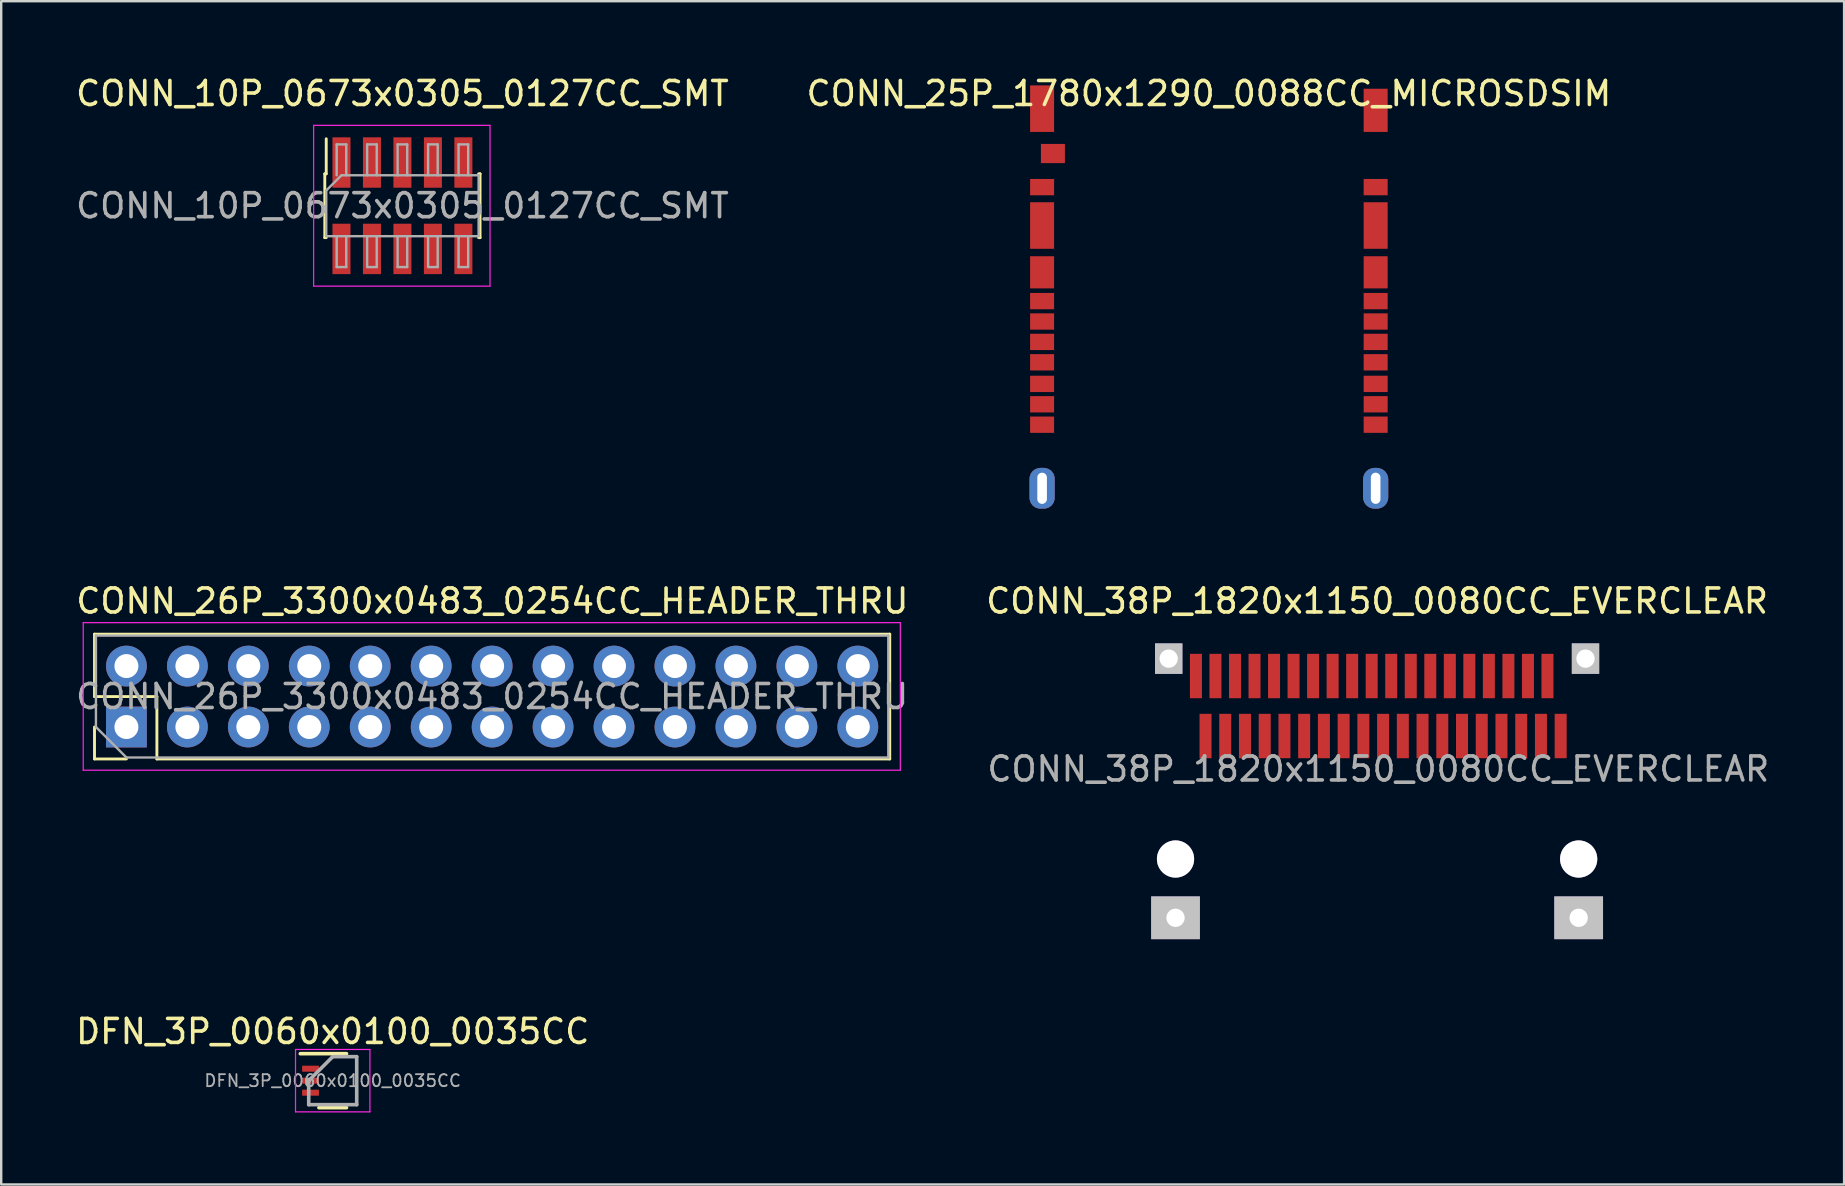
<source format=kicad_pcb>
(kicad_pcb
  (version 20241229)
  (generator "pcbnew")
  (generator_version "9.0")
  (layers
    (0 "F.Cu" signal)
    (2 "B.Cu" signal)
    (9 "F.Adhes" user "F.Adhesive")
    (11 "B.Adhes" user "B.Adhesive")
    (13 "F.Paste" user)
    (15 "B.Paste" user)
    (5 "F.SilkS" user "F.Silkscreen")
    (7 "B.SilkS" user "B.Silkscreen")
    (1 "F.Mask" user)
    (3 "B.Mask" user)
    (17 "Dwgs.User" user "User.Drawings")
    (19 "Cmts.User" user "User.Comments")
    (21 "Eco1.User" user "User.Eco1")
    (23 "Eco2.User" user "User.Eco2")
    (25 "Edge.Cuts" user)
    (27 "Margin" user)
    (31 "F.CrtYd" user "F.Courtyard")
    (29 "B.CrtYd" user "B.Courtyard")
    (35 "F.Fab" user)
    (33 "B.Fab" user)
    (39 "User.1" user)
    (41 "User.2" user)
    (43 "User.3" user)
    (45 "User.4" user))
  (footprint "DFN_3P_0060x0100_0035CC"
    (layer "F.Cu")
    (at 10.815 41.985)
    (property "Reference" "DFN_3P_0060x0100_0035CC" (at 0 -2.05 0) (layer "F.SilkS") (effects (font (size 1 1) (thickness 0.15))))
    (attr smd)
    (fp_line (start -1.35 -1.125) (end 0.575 -1.125) (stroke (width 0.15) (type solid)) (layer "F.SilkS"))
    (fp_line (start -0.575 1.125) (end 0.575 1.125) (stroke (width 0.15) (type solid)) (layer "F.SilkS"))
    (fp_line (start -1.55 -1.3) (end -1.55 1.3) (stroke (width 0.05) (type solid)) (layer "F.CrtYd"))
    (fp_line (start -1.55 -1.3) (end 1.55 -1.3) (stroke (width 0.05) (type solid)) (layer "F.CrtYd"))
    (fp_line (start -1.55 1.3) (end 1.55 1.3) (stroke (width 0.05) (type solid)) (layer "F.CrtYd"))
    (fp_line (start 1.55 -1.3) (end 1.55 1.3) (stroke (width 0.05) (type solid)) (layer "F.CrtYd"))
    (fp_line (start -1 0) (end 0 -1) (stroke (width 0.15) (type solid)) (layer "F.Fab"))
    (fp_line (start -1 1) (end -1 0) (stroke (width 0.15) (type solid)) (layer "F.Fab"))
    (fp_line (start 0 -1) (end 1 -1) (stroke (width 0.15) (type solid)) (layer "F.Fab"))
    (fp_line (start 1 -1) (end 1 1) (stroke (width 0.15) (type solid)) (layer "F.Fab"))
    (fp_line (start 1 1) (end -1 1) (stroke (width 0.15) (type solid)) (layer "F.Fab"))
    (fp_text user "${REFERENCE}" (at 0 0 0) (layer "F.Fab") (effects (font (size 0.5 0.5) (thickness 0.075))))
    (pad "1" smd rect (at -0.925 -0.5) (size 0.7 0.25) (layers "F.Cu" "F.Mask" "F.Paste"))
    (pad "2" smd rect (at -0.925 0) (size 0.7 0.25) (layers "F.Cu" "F.Mask" "F.Paste"))
    (pad "3" smd rect (at -0.925 0.5) (size 0.7 0.25) (layers "F.Cu" "F.Mask" "F.Paste")))
  (footprint "CONN_26P_3300x0483_0254CC_HEADER_THRU"
    (layer "F.Cu")
    (at 17.468 25.997)
    (property "Reference" "CONN_26P_3300x0483_0254CC_HEADER_THRU" (at 0 -4 0) (layer "F.SilkS") (effects (font (size 1 1) (thickness 0.15))))
    (attr through_hole)
    (fp_line (start -16.58 -2.62) (end 16.56 -2.62) (stroke (width 0.12) (type solid)) (layer "F.SilkS"))
    (fp_line (start -16.58 -0.02) (end -16.58 -2.62) (stroke (width 0.12) (type solid)) (layer "F.SilkS"))
    (fp_line (start -16.58 2.58) (end -16.58 1.25) (stroke (width 0.12) (type solid)) (layer "F.SilkS"))
    (fp_line (start -15.25 2.58) (end -16.58 2.58) (stroke (width 0.12) (type solid)) (layer "F.SilkS"))
    (fp_line (start -13.98 -0.02) (end -16.58 -0.02) (stroke (width 0.12) (type solid)) (layer "F.SilkS"))
    (fp_line (start -13.98 2.58) (end -13.98 -0.02) (stroke (width 0.12) (type solid)) (layer "F.SilkS"))
    (fp_line (start -13.98 2.58) (end 16.56 2.58) (stroke (width 0.12) (type solid)) (layer "F.SilkS"))
    (fp_line (start 16.56 2.58) (end 16.56 -2.62) (stroke (width 0.12) (type solid)) (layer "F.SilkS"))
    (fp_line (start -17.05 -3.1) (end -17.05 3.05) (stroke (width 0.05) (type solid)) (layer "F.CrtYd"))
    (fp_line (start -17.05 3.05) (end 17 3.05) (stroke (width 0.05) (type solid)) (layer "F.CrtYd"))
    (fp_line (start 17 -3.1) (end -17.05 -3.1) (stroke (width 0.05) (type solid)) (layer "F.CrtYd"))
    (fp_line (start 17 3.05) (end 17 -3.1) (stroke (width 0.05) (type solid)) (layer "F.CrtYd"))
    (fp_line (start -16.52 -2.56) (end 16.5 -2.56) (stroke (width 0.1) (type solid)) (layer "F.Fab"))
    (fp_line (start -16.52 1.25) (end -16.52 -2.56) (stroke (width 0.1) (type solid)) (layer "F.Fab"))
    (fp_line (start -15.25 2.52) (end -16.52 1.25) (stroke (width 0.1) (type solid)) (layer "F.Fab"))
    (fp_line (start 16.5 -2.56) (end 16.5 2.52) (stroke (width 0.1) (type solid)) (layer "F.Fab"))
    (fp_line (start 16.5 2.52) (end -15.25 2.52) (stroke (width 0.1) (type solid)) (layer "F.Fab"))
    (fp_text user "${REFERENCE}" (at -0.01 -0.02 180) (layer "F.Fab") (effects (font (size 1 1) (thickness 0.15))))
    (pad "1" thru_hole rect (at -15.25 1.25 90) (size 1.7 1.7) (drill 1) (layers "*.Cu" "*.Mask"))
    (pad "2" thru_hole oval (at -15.25 -1.29 90) (size 1.7 1.7) (drill 1) (layers "*.Cu" "*.Mask"))
    (pad "3" thru_hole oval (at -12.71 1.25 90) (size 1.7 1.7) (drill 1) (layers "*.Cu" "*.Mask"))
    (pad "4" thru_hole oval (at -12.71 -1.29 90) (size 1.7 1.7) (drill 1) (layers "*.Cu" "*.Mask"))
    (pad "5" thru_hole oval (at -10.17 1.25 90) (size 1.7 1.7) (drill 1) (layers "*.Cu" "*.Mask"))
    (pad "6" thru_hole oval (at -10.17 -1.29 90) (size 1.7 1.7) (drill 1) (layers "*.Cu" "*.Mask"))
    (pad "7" thru_hole oval (at -7.63 1.25 90) (size 1.7 1.7) (drill 1) (layers "*.Cu" "*.Mask"))
    (pad "8" thru_hole oval (at -7.63 -1.29 90) (size 1.7 1.7) (drill 1) (layers "*.Cu" "*.Mask"))
    (pad "9" thru_hole oval (at -5.09 1.25 90) (size 1.7 1.7) (drill 1) (layers "*.Cu" "*.Mask"))
    (pad "10" thru_hole oval (at -5.09 -1.29 90) (size 1.7 1.7) (drill 1) (layers "*.Cu" "*.Mask"))
    (pad "11" thru_hole oval (at -2.55 1.25 90) (size 1.7 1.7) (drill 1) (layers "*.Cu" "*.Mask"))
    (pad "12" thru_hole oval (at -2.55 -1.29 90) (size 1.7 1.7) (drill 1) (layers "*.Cu" "*.Mask"))
    (pad "13" thru_hole oval (at -0.01 1.25 90) (size 1.7 1.7) (drill 1) (layers "*.Cu" "*.Mask"))
    (pad "14" thru_hole oval (at -0.01 -1.29 90) (size 1.7 1.7) (drill 1) (layers "*.Cu" "*.Mask"))
    (pad "15" thru_hole oval (at 2.53 1.25 90) (size 1.7 1.7) (drill 1) (layers "*.Cu" "*.Mask"))
    (pad "16" thru_hole oval (at 2.53 -1.29 90) (size 1.7 1.7) (drill 1) (layers "*.Cu" "*.Mask"))
    (pad "17" thru_hole oval (at 5.07 1.25 90) (size 1.7 1.7) (drill 1) (layers "*.Cu" "*.Mask"))
    (pad "18" thru_hole oval (at 5.07 -1.29 90) (size 1.7 1.7) (drill 1) (layers "*.Cu" "*.Mask"))
    (pad "19" thru_hole oval (at 7.61 1.25 90) (size 1.7 1.7) (drill 1) (layers "*.Cu" "*.Mask"))
    (pad "20" thru_hole oval (at 7.61 -1.29 90) (size 1.7 1.7) (drill 1) (layers "*.Cu" "*.Mask"))
    (pad "21" thru_hole oval (at 10.15 1.25 90) (size 1.7 1.7) (drill 1) (layers "*.Cu" "*.Mask"))
    (pad "22" thru_hole oval (at 10.15 -1.29 90) (size 1.7 1.7) (drill 1) (layers "*.Cu" "*.Mask"))
    (pad "23" thru_hole oval (at 12.69 1.25 90) (size 1.7 1.7) (drill 1) (layers "*.Cu" "*.Mask"))
    (pad "24" thru_hole oval (at 12.69 -1.29 90) (size 1.7 1.7) (drill 1) (layers "*.Cu" "*.Mask"))
    (pad "25" thru_hole oval (at 15.23 1.25 90) (size 1.7 1.7) (drill 1) (layers "*.Cu" "*.Mask"))
    (pad "26" thru_hole oval (at 15.23 -1.29 90) (size 1.7 1.7) (drill 1) (layers "*.Cu" "*.Mask")))
  (footprint "CONN_38P_1820x1150_0080CC_EVERCLEAR"
    (layer "F.Cu")
    (at 54.337 27.997)
    (property "Reference" "CONN_38P_1820x1150_0080CC_EVERCLEAR" (at 0 -6 180) (layer "F.SilkS") (effects (font (size 1 1) (thickness 0.15))))
    (attr smd)
    (fp_text user "${REFERENCE}" (at 0.05 1 180) (layer "F.Fab") (effects (font (size 1 1) (thickness 0.15))))
    (pad "" np_thru_hole rect (at -8.685 -3.6) (size 1.14 1.27) (drill 0.762) (layers "*.Cu" "Dwgs.User"))
    (pad "" thru_hole circle (at -8.4 4.75 90) (size 1.55 1.55) (drill 1.55) (layers "*.Cu"))
    (pad "" np_thru_hole rect (at -8.4 7.2) (size 2.03 1.78) (drill 0.762) (layers "*.Cu" "Dwgs.User"))
    (pad "" thru_hole circle (at 8.4 4.75 90) (size 1.55 1.55) (drill 1.55) (layers "*.Cu"))
    (pad "" np_thru_hole rect (at 8.4 7.2) (size 2.03 1.78) (drill 0.762) (layers "*.Cu" "Dwgs.User"))
    (pad "" np_thru_hole rect (at 8.685 -3.6) (size 1.14 1.27) (drill 0.762) (layers "*.Cu" "Dwgs.User"))
    (pad "1" smd rect (at -7.55 -2.875 90) (size 1.85 0.5) (layers "F.Cu" "F.Mask" "F.Paste"))
    (pad "2" smd rect (at -7.15 -0.375 90) (size 1.85 0.5) (layers "F.Cu" "F.Mask" "F.Paste"))
    (pad "3" smd rect (at -6.736 -2.875 90) (size 1.85 0.5) (layers "F.Cu" "F.Mask" "F.Paste"))
    (pad "4" smd rect (at -6.328 -0.375 90) (size 1.85 0.5) (layers "F.Cu" "F.Mask" "F.Paste"))
    (pad "5" smd rect (at -5.922 -2.875 90) (size 1.85 0.5) (layers "F.Cu" "F.Mask" "F.Paste"))
    (pad "6" smd rect (at -5.506 -0.375 90) (size 1.85 0.5) (layers "F.Cu" "F.Mask" "F.Paste"))
    (pad "7" smd rect (at -5.108 -2.875 90) (size 1.85 0.5) (layers "F.Cu" "F.Mask" "F.Paste"))
    (pad "8" smd rect (at -4.683 -0.375 90) (size 1.85 0.5) (layers "F.Cu" "F.Mask" "F.Paste"))
    (pad "9" smd rect (at -4.294 -2.875 90) (size 1.85 0.5) (layers "F.Cu" "F.Mask" "F.Paste"))
    (pad "10" smd rect (at -3.861 -0.375 90) (size 1.85 0.5) (layers "F.Cu" "F.Mask" "F.Paste"))
    (pad "11" smd rect (at -3.481 -2.875 90) (size 1.85 0.5) (layers "F.Cu" "F.Mask" "F.Paste"))
    (pad "12" smd rect (at -3.039 -0.375 90) (size 1.85 0.5) (layers "F.Cu" "F.Mask" "F.Paste"))
    (pad "13" smd rect (at -2.667 -2.875 90) (size 1.85 0.5) (layers "F.Cu" "F.Mask" "F.Paste"))
    (pad "14" smd rect (at -2.217 -0.375 90) (size 1.85 0.5) (layers "F.Cu" "F.Mask" "F.Paste"))
    (pad "15" smd rect (at -1.853 -2.875 90) (size 1.85 0.5) (layers "F.Cu" "F.Mask" "F.Paste"))
    (pad "16" smd rect (at -1.394 -0.375 90) (size 1.85 0.5) (layers "F.Cu" "F.Mask" "F.Paste"))
    (pad "17" smd rect (at -1.039 -2.875 90) (size 1.85 0.5) (layers "F.Cu" "F.Mask" "F.Paste"))
    (pad "18" smd rect (at -0.572 -0.375 90) (size 1.85 0.5) (layers "F.Cu" "F.Mask" "F.Paste"))
    (pad "19" smd rect (at -0.225 -2.875 90) (size 1.85 0.5) (layers "F.Cu" "F.Mask" "F.Paste"))
    (pad "20" smd rect (at 0.25 -0.375 90) (size 1.85 0.5) (layers "F.Cu" "F.Mask" "F.Paste"))
    (pad "21" smd rect (at 0.589 -2.875 90) (size 1.85 0.5) (layers "F.Cu" "F.Mask" "F.Paste"))
    (pad "22" smd rect (at 1.072 -0.375 90) (size 1.85 0.5) (layers "F.Cu" "F.Mask" "F.Paste"))
    (pad "23" smd rect (at 1.403 -2.875 90) (size 1.85 0.5) (layers "F.Cu" "F.Mask" "F.Paste"))
    (pad "24" smd rect (at 1.894 -0.375 90) (size 1.85 0.5) (layers "F.Cu" "F.Mask" "F.Paste"))
    (pad "25" smd rect (at 2.217 -2.875 90) (size 1.85 0.5) (layers "F.Cu" "F.Mask" "F.Paste"))
    (pad "26" smd rect (at 2.717 -0.375 90) (size 1.85 0.5) (layers "F.Cu" "F.Mask" "F.Paste"))
    (pad "27" smd rect (at 3.031 -2.875 90) (size 1.85 0.5) (layers "F.Cu" "F.Mask" "F.Paste"))
    (pad "28" smd rect (at 3.539 -0.375 90) (size 1.85 0.5) (layers "F.Cu" "F.Mask" "F.Paste"))
    (pad "29" smd rect (at 3.844 -2.875 90) (size 1.85 0.5) (layers "F.Cu" "F.Mask" "F.Paste"))
    (pad "30" smd rect (at 4.361 -0.375 90) (size 1.85 0.5) (layers "F.Cu" "F.Mask" "F.Paste"))
    (pad "31" smd rect (at 4.658 -2.875 90) (size 1.85 0.5) (layers "F.Cu" "F.Mask" "F.Paste"))
    (pad "32" smd rect (at 5.183 -0.375 90) (size 1.85 0.5) (layers "F.Cu" "F.Mask" "F.Paste"))
    (pad "33" smd rect (at 5.472 -2.875 90) (size 1.85 0.5) (layers "F.Cu" "F.Mask" "F.Paste"))
    (pad "34" smd rect (at 6.006 -0.375 90) (size 1.85 0.5) (layers "F.Cu" "F.Mask" "F.Paste"))
    (pad "35" smd rect (at 6.286 -2.875 90) (size 1.85 0.5) (layers "F.Cu" "F.Mask" "F.Paste"))
    (pad "36" smd rect (at 6.828 -0.375 90) (size 1.85 0.5) (layers "F.Cu" "F.Mask" "F.Paste"))
    (pad "37" smd rect (at 7.1 -2.875 90) (size 1.85 0.5) (layers "F.Cu" "F.Mask" "F.Paste"))
    (pad "38" smd rect (at 7.65 -0.375 90) (size 1.85 0.5) (layers "F.Cu" "F.Mask" "F.Paste")))
  (footprint "CONN_25P_1780x1290_0088CC_MICROSDSIM"
    (layer "F.Cu")
    (at 47.327 9.348)
    (property "Reference" "CONN_25P_1780x1290_0088CC_MICROSDSIM" (at 0 -8.5 0) (layer "F.SilkS") (effects (font (size 1 1) (thickness 0.15))))
    (attr smd)
    (pad "G1" thru_hole roundrect (at -6.95 7.95) (size 1.05 1.7) (drill oval 0.4 1.3) (layers "*.Cu" "*.Mask") (roundrect_rratio 0.429))
    (pad "G2" smd rect (at -6.95 -1.05) (size 1 1.34) (layers "F.Cu" "F.Mask" "F.Paste"))
    (pad "G3" smd rect (at -6.95 -3) (size 1 1.94) (layers "F.Cu" "F.Mask" "F.Paste"))
    (pad "G4" smd rect (at -6.95 -7.87) (size 1 1.94) (layers "F.Cu" "F.Mask" "F.Paste"))
    (pad "G5" smd rect (at 6.95 -7.8) (size 1 1.8) (layers "F.Cu" "F.Mask" "F.Paste"))
    (pad "G6" smd rect (at 6.95 -3) (size 1 1.94) (layers "F.Cu" "F.Mask" "F.Paste"))
    (pad "G7" smd rect (at 6.95 -1.05) (size 1 1.34) (layers "F.Cu" "F.Mask" "F.Paste"))
    (pad "G8" thru_hole roundrect (at 6.95 7.95) (size 1.05 1.7) (drill oval 0.4 1.3) (layers "*.Cu" "*.Mask") (roundrect_rratio 0.45))
    (pad "S/W" smd rect (at -6.5 -6) (size 1 0.8) (layers "F.Cu" "F.Mask" "F.Paste"))
    (pad "S1" smd rect (at 6.95 5.3) (size 1 0.68) (layers "F.Cu" "F.Mask" "F.Paste"))
    (pad "S2" smd rect (at 6.95 4.45) (size 1 0.68) (layers "F.Cu" "F.Mask" "F.Paste"))
    (pad "S3" smd rect (at -6.95 4.45) (size 1 0.68) (layers "F.Cu" "F.Mask" "F.Paste"))
    (pad "S4" smd rect (at -6.95 5.3) (size 1 0.68) (layers "F.Cu" "F.Mask" "F.Paste"))
    (pad "S5" smd rect (at 6.95 1.85) (size 1 0.68) (layers "F.Cu" "F.Mask" "F.Paste"))
    (pad "S6" smd rect (at 6.95 3.6) (size 1 0.68) (layers "F.Cu" "F.Mask" "F.Paste"))
    (pad "S7" smd rect (at -6.95 3.6) (size 1 0.68) (layers "F.Cu" "F.Mask" "F.Paste"))
    (pad "S8" smd rect (at -6.95 1.85) (size 1 0.68) (layers "F.Cu" "F.Mask" "F.Paste"))
    (pad "T1" smd rect (at 6.95 -4.6) (size 1 0.68) (layers "F.Cu" "F.Mask" "F.Paste"))
    (pad "T2" smd rect (at 6.95 0.15) (size 1 0.68) (layers "F.Cu" "F.Mask" "F.Paste"))
    (pad "T3" smd rect (at 6.95 1) (size 1 0.68) (layers "F.Cu" "F.Mask" "F.Paste"))
    (pad "T4" smd rect (at 6.95 2.7) (size 1 0.68) (layers "F.Cu" "F.Mask" "F.Paste"))
    (pad "T5" smd rect (at -6.95 2.7) (size 1 0.68) (layers "F.Cu" "F.Mask" "F.Paste"))
    (pad "T6" smd rect (at -6.95 1) (size 1 0.68) (layers "F.Cu" "F.Mask" "F.Paste"))
    (pad "T7" smd rect (at -6.95 0.15) (size 1 0.68) (layers "F.Cu" "F.Mask" "F.Paste"))
    (pad "T8" smd rect (at -6.95 -4.6) (size 1 0.68) (layers "F.Cu" "F.Mask" "F.Paste")))
  (footprint "CONN_10P_0673x0305_0127CC_SMT"
    (layer "F.Cu")
    (at 13.72 5.523)
    (property "Reference" "CONN_10P_0673x0305_0127CC_SMT" (at 0 -4.675 0) (layer "F.SilkS") (effects (font (size 1 1) (thickness 0.15))))
    (attr smd)
    (fp_line (start -3.235 -1.33) (end -3.175 -1.33) (stroke (width 0.12) (type solid)) (layer "F.SilkS"))
    (fp_line (start -3.235 1.33) (end -3.235 -1.33) (stroke (width 0.12) (type solid)) (layer "F.SilkS"))
    (fp_line (start -3.235 1.33) (end -3.175 1.33) (stroke (width 0.12) (type solid)) (layer "F.SilkS"))
    (fp_line (start -3.175 -1.33) (end -3.175 -2.79) (stroke (width 0.12) (type solid)) (layer "F.SilkS"))
    (fp_line (start 3.175 -1.33) (end 3.235 -1.33) (stroke (width 0.12) (type solid)) (layer "F.SilkS"))
    (fp_line (start 3.175 1.33) (end 3.235 1.33) (stroke (width 0.12) (type solid)) (layer "F.SilkS"))
    (fp_line (start 3.235 1.33) (end 3.235 -1.33) (stroke (width 0.12) (type solid)) (layer "F.SilkS"))
    (fp_line (start -3.7 -3.35) (end 3.65 -3.35) (stroke (width 0.05) (type solid)) (layer "F.CrtYd"))
    (fp_line (start -3.7 3.35) (end -3.7 -3.35) (stroke (width 0.05) (type solid)) (layer "F.CrtYd"))
    (fp_line (start 3.65 -3.35) (end 3.65 3.35) (stroke (width 0.05) (type solid)) (layer "F.CrtYd"))
    (fp_line (start 3.65 3.35) (end -3.7 3.35) (stroke (width 0.05) (type solid)) (layer "F.CrtYd"))
    (fp_line (start -3.175 -0.635) (end -2.54 -1.27) (stroke (width 0.1) (type solid)) (layer "F.Fab"))
    (fp_line (start -3.175 1.27) (end -3.175 -0.635) (stroke (width 0.1) (type solid)) (layer "F.Fab"))
    (fp_line (start -2.74 -2.555) (end -2.34 -2.555) (stroke (width 0.1) (type solid)) (layer "F.Fab"))
    (fp_line (start -2.74 -1.27) (end -2.74 -2.555) (stroke (width 0.1) (type solid)) (layer "F.Fab"))
    (fp_line (start -2.74 2.555) (end -2.74 1.27) (stroke (width 0.1) (type solid)) (layer "F.Fab"))
    (fp_line (start -2.54 -1.27) (end 3.175 -1.27) (stroke (width 0.1) (type solid)) (layer "F.Fab"))
    (fp_line (start -2.34 -2.555) (end -2.34 -1.27) (stroke (width 0.1) (type solid)) (layer "F.Fab"))
    (fp_line (start -2.34 1.27) (end -2.34 2.555) (stroke (width 0.1) (type solid)) (layer "F.Fab"))
    (fp_line (start -2.34 2.555) (end -2.74 2.555) (stroke (width 0.1) (type solid)) (layer "F.Fab"))
    (fp_line (start -1.47 -2.555) (end -1.07 -2.555) (stroke (width 0.1) (type solid)) (layer "F.Fab"))
    (fp_line (start -1.47 -1.27) (end -1.47 -2.555) (stroke (width 0.1) (type solid)) (layer "F.Fab"))
    (fp_line (start -1.47 2.555) (end -1.47 1.27) (stroke (width 0.1) (type solid)) (layer "F.Fab"))
    (fp_line (start -1.07 -2.555) (end -1.07 -1.27) (stroke (width 0.1) (type solid)) (layer "F.Fab"))
    (fp_line (start -1.07 1.27) (end -1.07 2.555) (stroke (width 0.1) (type solid)) (layer "F.Fab"))
    (fp_line (start -1.07 2.555) (end -1.47 2.555) (stroke (width 0.1) (type solid)) (layer "F.Fab"))
    (fp_line (start -0.2 -2.555) (end 0.2 -2.555) (stroke (width 0.1) (type solid)) (layer "F.Fab"))
    (fp_line (start -0.2 -1.27) (end -0.2 -2.555) (stroke (width 0.1) (type solid)) (layer "F.Fab"))
    (fp_line (start -0.2 2.555) (end -0.2 1.27) (stroke (width 0.1) (type solid)) (layer "F.Fab"))
    (fp_line (start 0.2 -2.555) (end 0.2 -1.27) (stroke (width 0.1) (type solid)) (layer "F.Fab"))
    (fp_line (start 0.2 1.27) (end 0.2 2.555) (stroke (width 0.1) (type solid)) (layer "F.Fab"))
    (fp_line (start 0.2 2.555) (end -0.2 2.555) (stroke (width 0.1) (type solid)) (layer "F.Fab"))
    (fp_line (start 1.07 -2.555) (end 1.47 -2.555) (stroke (width 0.1) (type solid)) (layer "F.Fab"))
    (fp_line (start 1.07 -1.27) (end 1.07 -2.555) (stroke (width 0.1) (type solid)) (layer "F.Fab"))
    (fp_line (start 1.07 2.555) (end 1.07 1.27) (stroke (width 0.1) (type solid)) (layer "F.Fab"))
    (fp_line (start 1.47 -2.555) (end 1.47 -1.27) (stroke (width 0.1) (type solid)) (layer "F.Fab"))
    (fp_line (start 1.47 1.27) (end 1.47 2.555) (stroke (width 0.1) (type solid)) (layer "F.Fab"))
    (fp_line (start 1.47 2.555) (end 1.07 2.555) (stroke (width 0.1) (type solid)) (layer "F.Fab"))
    (fp_line (start 2.34 -2.555) (end 2.74 -2.555) (stroke (width 0.1) (type solid)) (layer "F.Fab"))
    (fp_line (start 2.34 -1.27) (end 2.34 -2.555) (stroke (width 0.1) (type solid)) (layer "F.Fab"))
    (fp_line (start 2.34 2.555) (end 2.34 1.27) (stroke (width 0.1) (type solid)) (layer "F.Fab"))
    (fp_line (start 2.74 -2.555) (end 2.74 -1.27) (stroke (width 0.1) (type solid)) (layer "F.Fab"))
    (fp_line (start 2.74 1.27) (end 2.74 2.555) (stroke (width 0.1) (type solid)) (layer "F.Fab"))
    (fp_line (start 2.74 2.555) (end 2.34 2.555) (stroke (width 0.1) (type solid)) (layer "F.Fab"))
    (fp_line (start 3.175 -1.27) (end 3.175 1.27) (stroke (width 0.1) (type solid)) (layer "F.Fab"))
    (fp_line (start 3.175 1.27) (end -3.175 1.27) (stroke (width 0.1) (type solid)) (layer "F.Fab"))
    (fp_text user "${REFERENCE}" (at 0 0 180) (layer "F.Fab") (effects (font (size 1 1) (thickness 0.15))))
    (pad "1" smd rect (at -2.54 -1.8 90) (size 2.1 0.75) (layers "F.Cu" "F.Mask" "F.Paste"))
    (pad "2" smd rect (at -2.54 1.8 90) (size 2.1 0.75) (layers "F.Cu" "F.Mask" "F.Paste"))
    (pad "3" smd rect (at -1.27 -1.8 90) (size 2.1 0.75) (layers "F.Cu" "F.Mask" "F.Paste"))
    (pad "4" smd rect (at -1.27 1.8 90) (size 2.1 0.75) (layers "F.Cu" "F.Mask" "F.Paste"))
    (pad "5" smd rect (at 0 -1.8 90) (size 2.1 0.75) (layers "F.Cu" "F.Mask" "F.Paste"))
    (pad "6" smd rect (at 0 1.8 90) (size 2.1 0.75) (layers "F.Cu" "F.Mask" "F.Paste"))
    (pad "7" smd rect (at 1.27 -1.8 90) (size 2.1 0.75) (layers "F.Cu" "F.Mask" "F.Paste"))
    (pad "8" smd rect (at 1.27 1.8 90) (size 2.1 0.75) (layers "F.Cu" "F.Mask" "F.Paste"))
    (pad "9" smd rect (at 2.54 -1.8 90) (size 2.1 0.75) (layers "F.Cu" "F.Mask" "F.Paste"))
    (pad "10" smd rect (at 2.54 1.8 90) (size 2.1 0.75) (layers "F.Cu" "F.Mask" "F.Paste")))
  (gr_rect
    (start -3 -3)
    (end 73.798 46.31)
    (stroke (width 0.1) (type default))
    (fill no)
    (layer "Edge.Cuts")))
</source>
